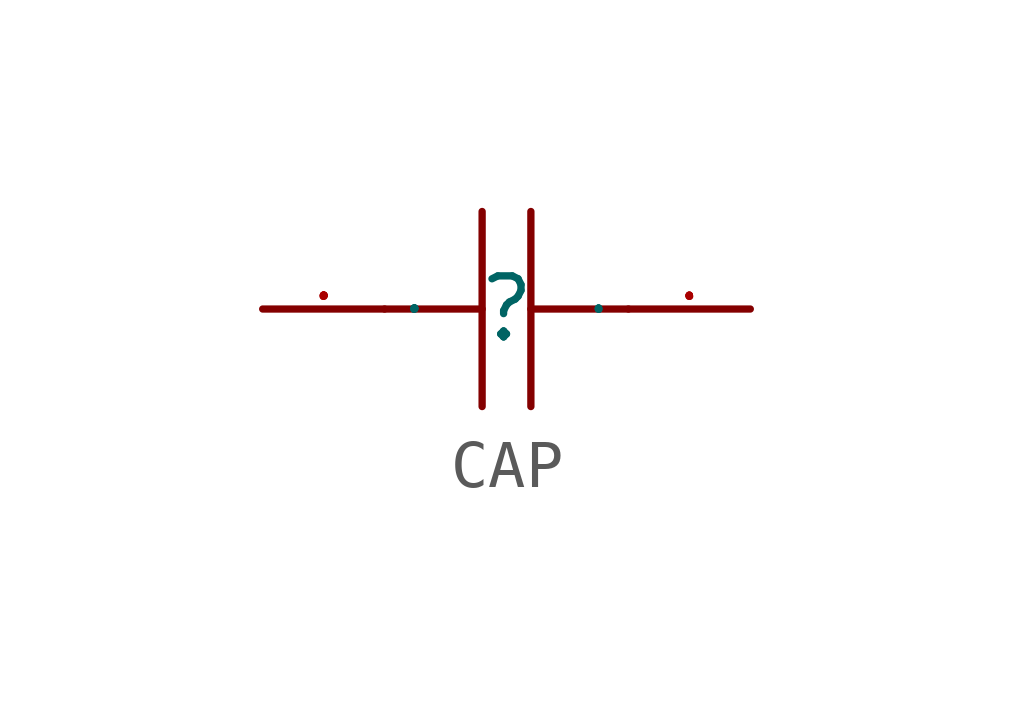
<source format=kicad_sym>
(kicad_symbol_lib
  (version 20231120)
  (generator "kicad_symbol_editor")
  (generator_version "8.0")
  (symbol "CAP"
    (property "Reference" ""
      (at 0 0 0)
      (effects (font (size 1.27 1.27))))
    (property "Value" ""
      (at 0 0 0)
      (effects (font (size 1.27 1.27))))
    (symbol "CAP_1_0"
      (polyline (pts (xy -2.54 0) (xy -0.508 0)) (stroke (width 0) (type default)) (fill (type none)))
      (polyline (pts (xy -0.508 -2.032) (xy -0.508 2.032)) (stroke (width 0) (type default)) (fill (type none)))
      (polyline (pts (xy 0.508 0) (xy 2.54 0)) (stroke (width 0) (type default)) (fill (type none)))
      (polyline (pts (xy 0.508 2.032) (xy 0.508 -2.032)) (stroke (width 0) (type default)) (fill (type none)))
      (pin input line (at 5.08 0 180) (length 2.54) (name "1" (effects (font (size 0.025 0.025)))) (number "1" (effects (font (size 0.025 0.025)))))
      (pin input line (at -5.08 0 0) (length 2.54) (name "2" (effects (font (size 0.025 0.025)))) (number "2" (effects (font (size 0.025 0.025))))))))
</source>
